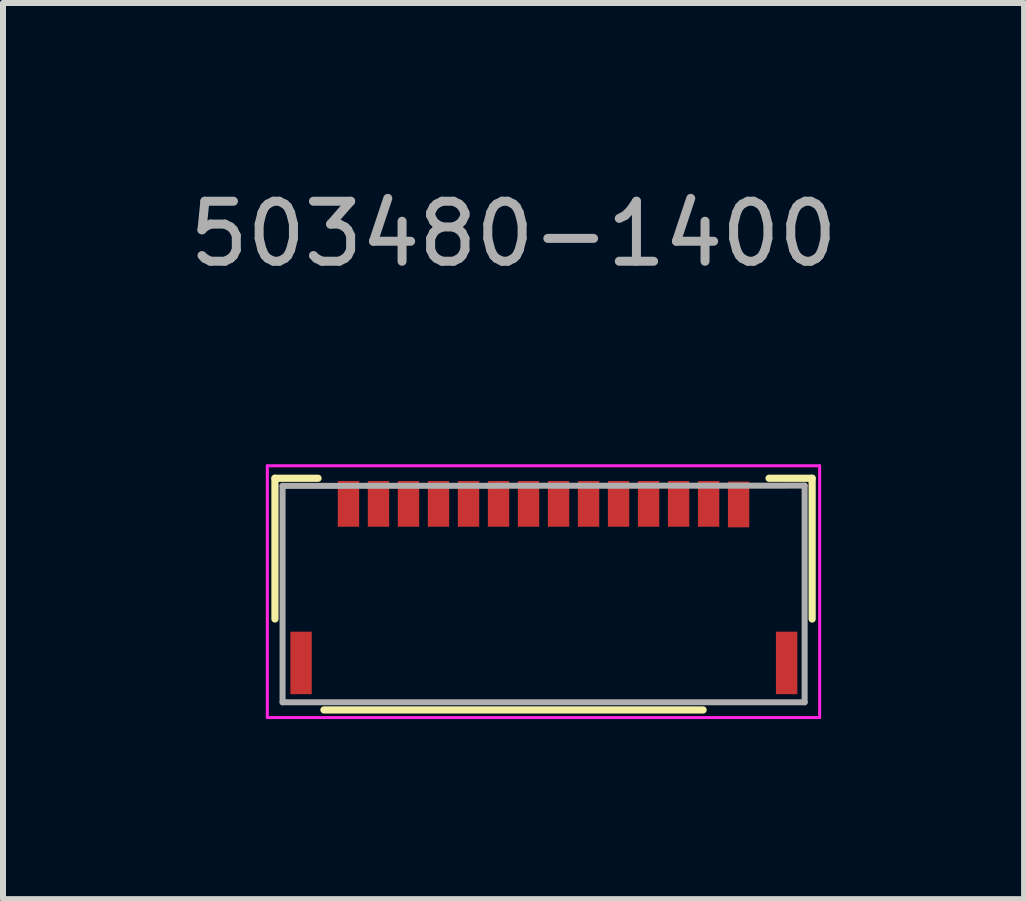
<source format=kicad_pcb>
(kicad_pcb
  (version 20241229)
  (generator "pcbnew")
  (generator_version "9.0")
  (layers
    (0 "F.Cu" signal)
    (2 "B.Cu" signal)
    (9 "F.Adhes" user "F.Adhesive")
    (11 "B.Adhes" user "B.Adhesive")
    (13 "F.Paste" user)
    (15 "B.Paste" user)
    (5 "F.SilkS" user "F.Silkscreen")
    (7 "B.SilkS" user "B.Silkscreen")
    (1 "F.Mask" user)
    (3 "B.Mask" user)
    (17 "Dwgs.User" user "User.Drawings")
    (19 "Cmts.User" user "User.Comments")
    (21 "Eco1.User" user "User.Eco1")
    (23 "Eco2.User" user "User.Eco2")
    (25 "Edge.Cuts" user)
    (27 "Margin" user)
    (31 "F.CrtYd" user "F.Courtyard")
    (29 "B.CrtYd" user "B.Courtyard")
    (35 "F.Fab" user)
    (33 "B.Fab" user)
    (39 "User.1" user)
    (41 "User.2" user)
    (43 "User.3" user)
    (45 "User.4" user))
  (footprint "503480-1400"
    (layer "F.Cu")
    (at 5.506 6.848)
    (property "Reference" "503480-1400" (at 0 -6 0) (layer "F.Fab") (effects (font (size 1 1) (thickness 0.15))))
    (attr through_hole)
    (fp_line (start -3.975 -1.93) (end -3.975 0.415) (stroke (width 0.12) (type solid)) (layer "F.SilkS"))
    (fp_line (start -3.257 -1.93) (end -3.975 -1.93) (stroke (width 0.12) (type solid)) (layer "F.SilkS"))
    (fp_line (start -3.159 1.93) (end 3.159 1.93) (stroke (width 0.12) (type solid)) (layer "F.SilkS"))
    (fp_line (start 4.975 -1.93) (end 4.257 -1.93) (stroke (width 0.12) (type solid)) (layer "F.SilkS"))
    (fp_line (start 4.975 0.415) (end 4.975 -1.93) (stroke (width 0.12) (type solid)) (layer "F.SilkS"))
    (fp_line (start -4.102 -2.138) (end -4.102 2.057) (stroke (width 0.05) (type solid)) (layer "F.CrtYd"))
    (fp_line (start -4.102 2.057) (end 5.1 2.057) (stroke (width 0.05) (type solid)) (layer "F.CrtYd"))
    (fp_line (start 5.1 -2.138) (end -4.102 -2.138) (stroke (width 0.05) (type solid)) (layer "F.CrtYd"))
    (fp_line (start 5.1 2.057) (end 5.1 -2.138) (stroke (width 0.05) (type solid)) (layer "F.CrtYd"))
    (fp_line (start -3.848 -1.803) (end -3.848 1.803) (stroke (width 0.1) (type solid)) (layer "F.Fab"))
    (fp_line (start -3.848 1.803) (end 4.85 1.803) (stroke (width 0.1) (type solid)) (layer "F.Fab"))
    (fp_line (start 4.85 -1.807) (end -3.848 -1.803) (stroke (width 0.1) (type solid)) (layer "F.Fab"))
    (fp_line (start 4.85 1.803) (end 4.85 -1.807) (stroke (width 0.1) (type solid)) (layer "F.Fab"))
    (pad "1" smd rect (at -2.75 -1.503) (size 0.356 0.762) (layers "F.Cu" "F.Mask" "F.Paste"))
    (pad "2" smd rect (at -2.25 -1.503) (size 0.356 0.762) (layers "F.Cu" "F.Mask" "F.Paste"))
    (pad "3" smd rect (at -1.75 -1.503) (size 0.356 0.762) (layers "F.Cu" "F.Mask" "F.Paste"))
    (pad "4" smd rect (at -1.25 -1.503) (size 0.356 0.762) (layers "F.Cu" "F.Mask" "F.Paste"))
    (pad "5" smd rect (at -0.75 -1.503) (size 0.356 0.762) (layers "F.Cu" "F.Mask" "F.Paste"))
    (pad "6" smd rect (at -0.25 -1.503) (size 0.356 0.762) (layers "F.Cu" "F.Mask" "F.Paste"))
    (pad "7" smd rect (at 0.25 -1.503) (size 0.356 0.762) (layers "F.Cu" "F.Mask" "F.Paste"))
    (pad "8" smd rect (at 0.75 -1.503) (size 0.356 0.762) (layers "F.Cu" "F.Mask" "F.Paste"))
    (pad "9" smd rect (at 1.25 -1.503) (size 0.356 0.762) (layers "F.Cu" "F.Mask" "F.Paste"))
    (pad "10" smd rect (at 1.75 -1.503) (size 0.356 0.762) (layers "F.Cu" "F.Mask" "F.Paste"))
    (pad "11" smd rect (at 2.25 -1.503) (size 0.356 0.762) (layers "F.Cu" "F.Mask" "F.Paste"))
    (pad "12" smd rect (at 2.75 -1.503) (size 0.356 0.762) (layers "F.Cu" "F.Mask" "F.Paste"))
    (pad "13" smd rect (at -3.54 1.147) (size 0.356 1.041) (layers "F.Cu" "F.Mask" "F.Paste"))
    (pad "13" smd rect (at 3.25 -1.503) (size 0.356 0.762) (layers "F.Cu" "F.Mask" "F.Paste"))
    (pad "14" smd rect (at 3.75 -1.493) (size 0.356 0.762) (layers "F.Cu" "F.Mask" "F.Paste"))
    (pad "14" smd rect (at 4.55 1.147) (size 0.356 1.041) (layers "F.Cu" "F.Mask" "F.Paste")))
  (gr_rect
    (start -3 -3)
    (end 14.012 11.931)
    (stroke (width 0.1) (type default))
    (fill no)
    (layer "Edge.Cuts")))
</source>
